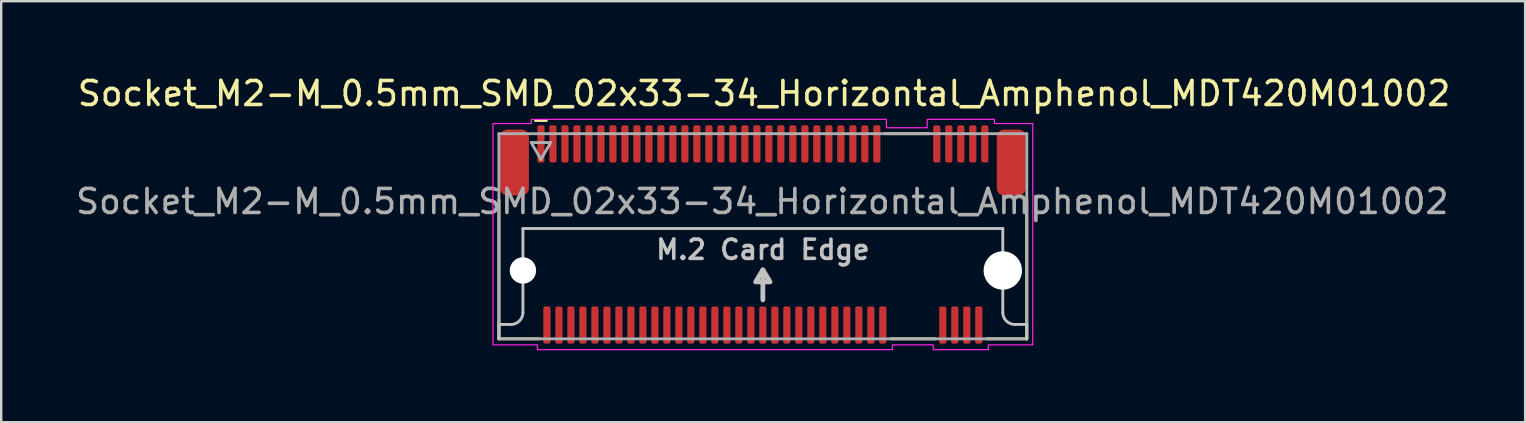
<source format=kicad_pcb>
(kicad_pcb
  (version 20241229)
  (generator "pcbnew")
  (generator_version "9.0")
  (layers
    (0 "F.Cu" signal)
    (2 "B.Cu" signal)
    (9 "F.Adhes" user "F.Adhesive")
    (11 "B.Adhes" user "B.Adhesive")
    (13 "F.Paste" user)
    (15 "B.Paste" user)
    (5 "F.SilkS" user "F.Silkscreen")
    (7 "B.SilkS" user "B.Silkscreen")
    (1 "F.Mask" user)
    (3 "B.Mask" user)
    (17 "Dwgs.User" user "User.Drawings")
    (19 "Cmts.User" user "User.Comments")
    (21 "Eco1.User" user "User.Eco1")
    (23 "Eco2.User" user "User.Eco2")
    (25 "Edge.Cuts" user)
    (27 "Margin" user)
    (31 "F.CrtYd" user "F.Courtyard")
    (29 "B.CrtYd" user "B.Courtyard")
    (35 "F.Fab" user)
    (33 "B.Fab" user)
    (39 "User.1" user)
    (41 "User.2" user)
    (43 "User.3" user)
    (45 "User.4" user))
  (footprint "Socket_M2-M_0.5mm_SMD_02x33-34_Horizontal_Amphenol_MDT420M01002"
    (layer "F.Cu")
    (at 28.745 6.798)
    (property "Reference" "Socket_M2-M_0.5mm_SMD_02x33-34_Horizontal_Amphenol_MDT420M01002" (at 0.05 -5.95 0) (layer "F.SilkS") (effects (font (size 1 1) (thickness 0.15))))
    (attr smd)
    (fp_line (start -11 4.275) (end -11 -1.52) (stroke (width 0.12) (type solid)) (layer "F.SilkS"))
    (fp_line (start -9.475 -4.825) (end -9.025 -4.825) (stroke (width 0.12) (type solid)) (layer "F.SilkS"))
    (fp_line (start -9.33 4.275) (end -11 4.275) (stroke (width 0.12) (type solid)) (layer "F.SilkS"))
    (fp_line (start 5.08 -4.275) (end 6.92 -4.275) (stroke (width 0.12) (type solid)) (layer "F.SilkS"))
    (fp_line (start 5.33 4.275) (end 7.17 4.275) (stroke (width 0.12) (type solid)) (layer "F.SilkS"))
    (fp_line (start 11 -1.52) (end 11 4.275) (stroke (width 0.12) (type solid)) (layer "F.SilkS"))
    (fp_line (start 11 4.275) (end 9.33 4.275) (stroke (width 0.12) (type solid)) (layer "F.SilkS"))
    (fp_line (start -11 4.275) (end -11 3.675) (stroke (width 0.12) (type default)) (layer "Dwgs.User"))
    (fp_line (start -10.5 3.675) (end -11 3.675) (stroke (width 0.12) (type default)) (layer "Dwgs.User"))
    (fp_line (start -10 -0.325) (end -10 3.175) (stroke (width 0.12) (type default)) (layer "Dwgs.User"))
    (fp_line (start 0 2.65) (end 0 1.4) (stroke (width 0.2) (type default)) (layer "Dwgs.User"))
    (fp_line (start 10 -0.325) (end -10 -0.325) (stroke (width 0.12) (type default)) (layer "Dwgs.User"))
    (fp_line (start 10 -0.325) (end 10 3.175) (stroke (width 0.12) (type default)) (layer "Dwgs.User"))
    (fp_line (start 10.5 3.675) (end 11 3.675) (stroke (width 0.12) (type default)) (layer "Dwgs.User"))
    (fp_line (start 11 4.275) (end 11 3.675) (stroke (width 0.12) (type default)) (layer "Dwgs.User"))
    (fp_arc (start -10 3.175) (mid -10.146447 3.528553) (end -10.5 3.675) (stroke (width 0.12) (type default)) (layer "Dwgs.User"))
    (fp_arc (start 10.5 3.675) (mid 10.146447 3.528553) (end 10 3.175) (stroke (width 0.12) (type default)) (layer "Dwgs.User"))
    (fp_poly (pts (xy 0 1.4) (xy -0.3 1.9) (xy 0.3 1.9)) (stroke (width 0.2) (type solid)) (fill no) (layer "Dwgs.User"))
    (fp_poly (pts (xy 11.25 -4.7) (xy 11.25 4.525) (xy 9.4 4.525) (xy 9.4 4.725) (xy 7.1 4.725) (xy 7.1 4.525) (xy 5.4 4.525) (xy 5.4 4.725) (xy -9.4 4.725) (xy -9.4 4.525) (xy -11.25 4.525) (xy -11.25 -4.7) (xy -9.65 -4.7) (xy -9.65 -4.875) (xy 5.15 -4.875) (xy 5.15 -4.525) (xy 6.85 -4.525) (xy 6.85 -4.875) (xy 9.65 -4.875) (xy 9.65 -4.7)) (stroke (width 0.05) (type solid)) (fill no) (layer "F.CrtYd"))
    (fp_line (start -11 -4.275) (end 11 -4.275) (stroke (width 0.12) (type solid)) (layer "F.Fab"))
    (fp_line (start -11 4.275) (end -11 -4.275) (stroke (width 0.12) (type solid)) (layer "F.Fab"))
    (fp_line (start -9.655 -3.906) (end -9.25 -3.205) (stroke (width 0.12) (type solid)) (layer "F.Fab"))
    (fp_line (start -9.25 -3.205) (end -8.845 -3.906) (stroke (width 0.12) (type solid)) (layer "F.Fab"))
    (fp_line (start -8.845 -3.906) (end -9.655 -3.906) (stroke (width 0.12) (type solid)) (layer "F.Fab"))
    (fp_line (start 11 -4.275) (end 11 4.275) (stroke (width 0.12) (type solid)) (layer "F.Fab"))
    (fp_line (start 11 4.275) (end -11 4.275) (stroke (width 0.12) (type solid)) (layer "F.Fab"))
    (fp_text user "M.2 Card Edge" (at 0 1.025 0) (unlocked yes) (layer "Dwgs.User") (effects (font (size 0.8 0.8) (thickness 0.15)) (justify bottom)))
    (fp_text user "${REFERENCE}" (at -0.025 -1.45 0) (layer "F.Fab") (effects (font (size 1 1) (thickness 0.15))))
    (pad "" np_thru_hole circle (at -10 1.425) (size 1.1 1.1) (drill 1.1) (layers "*.Cu" "*.Mask"))
    (pad "" np_thru_hole circle (at 10 1.425) (size 1.6 1.6) (drill 1.6) (layers "*.Cu" "*.Mask"))
    (pad "1" smd roundrect (at -9.25 -3.85) (size 0.3 1.55) (layers "F.Cu" "F.Mask" "F.Paste") (roundrect_rratio 0.25))
    (pad "2" smd roundrect (at -9 3.7) (size 0.3 1.55) (layers "F.Cu" "F.Mask" "F.Paste") (roundrect_rratio 0.25))
    (pad "3" smd roundrect (at -8.75 -3.85) (size 0.3 1.55) (layers "F.Cu" "F.Mask" "F.Paste") (roundrect_rratio 0.25))
    (pad "4" smd roundrect (at -8.5 3.7) (size 0.3 1.55) (layers "F.Cu" "F.Mask" "F.Paste") (roundrect_rratio 0.25))
    (pad "5" smd roundrect (at -8.25 -3.85) (size 0.3 1.55) (layers "F.Cu" "F.Mask" "F.Paste") (roundrect_rratio 0.25))
    (pad "6" smd roundrect (at -8 3.7) (size 0.3 1.55) (layers "F.Cu" "F.Mask" "F.Paste") (roundrect_rratio 0.25))
    (pad "7" smd roundrect (at -7.75 -3.85) (size 0.3 1.55) (layers "F.Cu" "F.Mask" "F.Paste") (roundrect_rratio 0.25))
    (pad "8" smd roundrect (at -7.5 3.7) (size 0.3 1.55) (layers "F.Cu" "F.Mask" "F.Paste") (roundrect_rratio 0.25))
    (pad "9" smd roundrect (at -7.25 -3.85) (size 0.3 1.55) (layers "F.Cu" "F.Mask" "F.Paste") (roundrect_rratio 0.25))
    (pad "10" smd roundrect (at -7 3.7) (size 0.3 1.55) (layers "F.Cu" "F.Mask" "F.Paste") (roundrect_rratio 0.25))
    (pad "11" smd roundrect (at -6.75 -3.85) (size 0.3 1.55) (layers "F.Cu" "F.Mask" "F.Paste") (roundrect_rratio 0.25))
    (pad "12" smd roundrect (at -6.5 3.7) (size 0.3 1.55) (layers "F.Cu" "F.Mask" "F.Paste") (roundrect_rratio 0.25))
    (pad "13" smd roundrect (at -6.25 -3.85) (size 0.3 1.55) (layers "F.Cu" "F.Mask" "F.Paste") (roundrect_rratio 0.25))
    (pad "14" smd roundrect (at -6 3.7) (size 0.3 1.55) (layers "F.Cu" "F.Mask" "F.Paste") (roundrect_rratio 0.25))
    (pad "15" smd roundrect (at -5.75 -3.85) (size 0.3 1.55) (layers "F.Cu" "F.Mask" "F.Paste") (roundrect_rratio 0.25))
    (pad "16" smd roundrect (at -5.5 3.7) (size 0.3 1.55) (layers "F.Cu" "F.Mask" "F.Paste") (roundrect_rratio 0.25))
    (pad "17" smd roundrect (at -5.25 -3.85) (size 0.3 1.55) (layers "F.Cu" "F.Mask" "F.Paste") (roundrect_rratio 0.25))
    (pad "18" smd roundrect (at -5 3.7) (size 0.3 1.55) (layers "F.Cu" "F.Mask" "F.Paste") (roundrect_rratio 0.25))
    (pad "19" smd roundrect (at -4.75 -3.85) (size 0.3 1.55) (layers "F.Cu" "F.Mask" "F.Paste") (roundrect_rratio 0.25))
    (pad "20" smd roundrect (at -4.5 3.7) (size 0.3 1.55) (layers "F.Cu" "F.Mask" "F.Paste") (roundrect_rratio 0.25))
    (pad "21" smd roundrect (at -4.25 -3.85) (size 0.3 1.55) (layers "F.Cu" "F.Mask" "F.Paste") (roundrect_rratio 0.25))
    (pad "22" smd roundrect (at -4 3.7) (size 0.3 1.55) (layers "F.Cu" "F.Mask" "F.Paste") (roundrect_rratio 0.25))
    (pad "23" smd roundrect (at -3.75 -3.85) (size 0.3 1.55) (layers "F.Cu" "F.Mask" "F.Paste") (roundrect_rratio 0.25))
    (pad "24" smd roundrect (at -3.5 3.7) (size 0.3 1.55) (layers "F.Cu" "F.Mask" "F.Paste") (roundrect_rratio 0.25))
    (pad "25" smd roundrect (at -3.25 -3.85) (size 0.3 1.55) (layers "F.Cu" "F.Mask" "F.Paste") (roundrect_rratio 0.25))
    (pad "26" smd roundrect (at -3 3.7) (size 0.3 1.55) (layers "F.Cu" "F.Mask" "F.Paste") (roundrect_rratio 0.25))
    (pad "27" smd roundrect (at -2.75 -3.85) (size 0.3 1.55) (layers "F.Cu" "F.Mask" "F.Paste") (roundrect_rratio 0.25))
    (pad "28" smd roundrect (at -2.5 3.7) (size 0.3 1.55) (layers "F.Cu" "F.Mask" "F.Paste") (roundrect_rratio 0.25))
    (pad "29" smd roundrect (at -2.25 -3.85) (size 0.3 1.55) (layers "F.Cu" "F.Mask" "F.Paste") (roundrect_rratio 0.25))
    (pad "30" smd roundrect (at -2 3.7) (size 0.3 1.55) (layers "F.Cu" "F.Mask" "F.Paste") (roundrect_rratio 0.25))
    (pad "31" smd roundrect (at -1.75 -3.85) (size 0.3 1.55) (layers "F.Cu" "F.Mask" "F.Paste") (roundrect_rratio 0.25))
    (pad "32" smd roundrect (at -1.5 3.7) (size 0.3 1.55) (layers "F.Cu" "F.Mask" "F.Paste") (roundrect_rratio 0.25))
    (pad "33" smd roundrect (at -1.25 -3.85) (size 0.3 1.55) (layers "F.Cu" "F.Mask" "F.Paste") (roundrect_rratio 0.25))
    (pad "34" smd roundrect (at -1 3.7) (size 0.3 1.55) (layers "F.Cu" "F.Mask" "F.Paste") (roundrect_rratio 0.25))
    (pad "35" smd roundrect (at -0.75 -3.85) (size 0.3 1.55) (layers "F.Cu" "F.Mask" "F.Paste") (roundrect_rratio 0.25))
    (pad "36" smd roundrect (at -0.5 3.7) (size 0.3 1.55) (layers "F.Cu" "F.Mask" "F.Paste") (roundrect_rratio 0.25))
    (pad "37" smd roundrect (at -0.25 -3.85) (size 0.3 1.55) (layers "F.Cu" "F.Mask" "F.Paste") (roundrect_rratio 0.25))
    (pad "38" smd roundrect (at 0 3.7) (size 0.3 1.55) (layers "F.Cu" "F.Mask" "F.Paste") (roundrect_rratio 0.25))
    (pad "39" smd roundrect (at 0.25 -3.85) (size 0.3 1.55) (layers "F.Cu" "F.Mask" "F.Paste") (roundrect_rratio 0.25))
    (pad "40" smd roundrect (at 0.5 3.7) (size 0.3 1.55) (layers "F.Cu" "F.Mask" "F.Paste") (roundrect_rratio 0.25))
    (pad "41" smd roundrect (at 0.75 -3.85) (size 0.3 1.55) (layers "F.Cu" "F.Mask" "F.Paste") (roundrect_rratio 0.25))
    (pad "42" smd roundrect (at 1 3.7) (size 0.3 1.55) (layers "F.Cu" "F.Mask" "F.Paste") (roundrect_rratio 0.25))
    (pad "43" smd roundrect (at 1.25 -3.85) (size 0.3 1.55) (layers "F.Cu" "F.Mask" "F.Paste") (roundrect_rratio 0.25))
    (pad "44" smd roundrect (at 1.5 3.7) (size 0.3 1.55) (layers "F.Cu" "F.Mask" "F.Paste") (roundrect_rratio 0.25))
    (pad "45" smd roundrect (at 1.75 -3.85) (size 0.3 1.55) (layers "F.Cu" "F.Mask" "F.Paste") (roundrect_rratio 0.25))
    (pad "46" smd roundrect (at 2 3.7) (size 0.3 1.55) (layers "F.Cu" "F.Mask" "F.Paste") (roundrect_rratio 0.25))
    (pad "47" smd roundrect (at 2.25 -3.85) (size 0.3 1.55) (layers "F.Cu" "F.Mask" "F.Paste") (roundrect_rratio 0.25))
    (pad "48" smd roundrect (at 2.5 3.7) (size 0.3 1.55) (layers "F.Cu" "F.Mask" "F.Paste") (roundrect_rratio 0.25))
    (pad "49" smd roundrect (at 2.75 -3.85) (size 0.3 1.55) (layers "F.Cu" "F.Mask" "F.Paste") (roundrect_rratio 0.25))
    (pad "50" smd roundrect (at 3 3.7) (size 0.3 1.55) (layers "F.Cu" "F.Mask" "F.Paste") (roundrect_rratio 0.25))
    (pad "51" smd roundrect (at 3.25 -3.85) (size 0.3 1.55) (layers "F.Cu" "F.Mask" "F.Paste") (roundrect_rratio 0.25))
    (pad "52" smd roundrect (at 3.5 3.7) (size 0.3 1.55) (layers "F.Cu" "F.Mask" "F.Paste") (roundrect_rratio 0.25))
    (pad "53" smd roundrect (at 3.75 -3.85) (size 0.3 1.55) (layers "F.Cu" "F.Mask" "F.Paste") (roundrect_rratio 0.25))
    (pad "54" smd roundrect (at 4 3.7) (size 0.3 1.55) (layers "F.Cu" "F.Mask" "F.Paste") (roundrect_rratio 0.25))
    (pad "55" smd roundrect (at 4.25 -3.85) (size 0.3 1.55) (layers "F.Cu" "F.Mask" "F.Paste") (roundrect_rratio 0.25))
    (pad "56" smd roundrect (at 4.5 3.7) (size 0.3 1.55) (layers "F.Cu" "F.Mask" "F.Paste") (roundrect_rratio 0.25))
    (pad "57" smd roundrect (at 4.75 -3.85) (size 0.3 1.55) (layers "F.Cu" "F.Mask" "F.Paste") (roundrect_rratio 0.25))
    (pad "58" smd roundrect (at 5 3.7) (size 0.3 1.55) (layers "F.Cu" "F.Mask" "F.Paste") (roundrect_rratio 0.25))
    (pad "67" smd roundrect (at 7.25 -3.85) (size 0.3 1.55) (layers "F.Cu" "F.Mask" "F.Paste") (roundrect_rratio 0.25))
    (pad "68" smd roundrect (at 7.5 3.7) (size 0.3 1.55) (layers "F.Cu" "F.Mask" "F.Paste") (roundrect_rratio 0.25))
    (pad "69" smd roundrect (at 7.75 -3.85) (size 0.3 1.55) (layers "F.Cu" "F.Mask" "F.Paste") (roundrect_rratio 0.25))
    (pad "70" smd roundrect (at 8 3.7) (size 0.3 1.55) (layers "F.Cu" "F.Mask" "F.Paste") (roundrect_rratio 0.25))
    (pad "71" smd roundrect (at 8.25 -3.85) (size 0.3 1.55) (layers "F.Cu" "F.Mask" "F.Paste") (roundrect_rratio 0.25))
    (pad "72" smd roundrect (at 8.5 3.7) (size 0.3 1.55) (layers "F.Cu" "F.Mask" "F.Paste") (roundrect_rratio 0.25))
    (pad "73" smd roundrect (at 8.75 -3.85) (size 0.3 1.55) (layers "F.Cu" "F.Mask" "F.Paste") (roundrect_rratio 0.25))
    (pad "74" smd roundrect (at 9 3.7) (size 0.3 1.55) (layers "F.Cu" "F.Mask" "F.Paste") (roundrect_rratio 0.25))
    (pad "75" smd roundrect (at 9.25 -3.85) (size 0.3 1.55) (layers "F.Cu" "F.Mask" "F.Paste") (roundrect_rratio 0.25))
    (pad "M1" smd roundrect (at -10.35 -3.075) (size 1.2 2.75) (layers "F.Cu" "F.Mask" "F.Paste") (roundrect_rratio 0.25))
    (pad "M2" smd roundrect (at 10.35 -3.075) (size 1.2 2.75) (layers "F.Cu" "F.Mask" "F.Paste") (roundrect_rratio 0.25)))
  (gr_rect
    (start -3 -3)
    (end 60.515 14.548)
    (stroke (width 0.1) (type default))
    (fill no)
    (layer "Edge.Cuts")))
</source>
